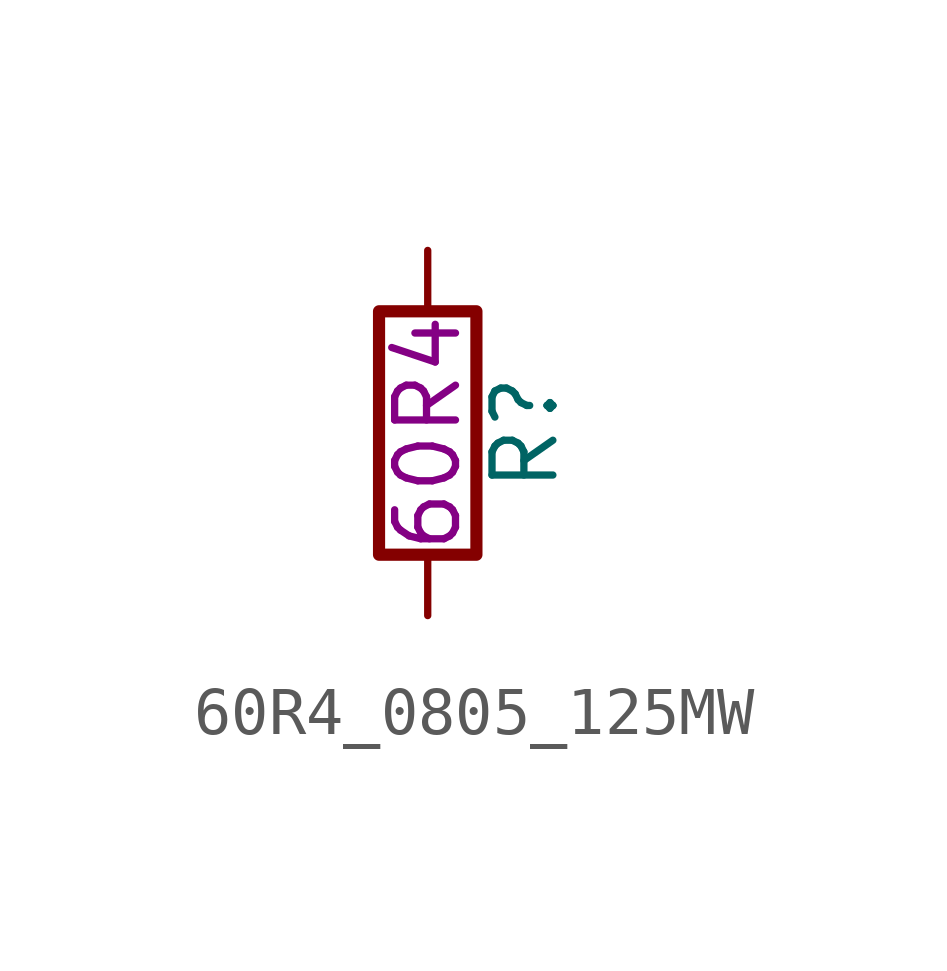
<source format=kicad_sym>
(kicad_symbol_lib
  (version 20211014)
  (generator kicad_symbol_editor)
  (symbol "60R4_0805_125MW"
    (pin_numbers hide)
    (pin_names
      (offset 0))
    (property "Reference" "R"
      (at 2.032 0 90)
      (effects (font (size 1.27 1.27))))
    (property "Resistance" "60R4"
      (at 0 0 90)
      (effects (font (size 1.27 1.27))))
    (symbol "60R4_0805_125MW_0_1"
      (rectangle (start -1.016 -2.54) (end 1.016 2.54) (stroke (width 0.254) (type default) (color 0 0 0 0)) (fill (type none))))
    (symbol "60R4_0805_125MW_1_1"
      (pin passive line (at 0 3.81 270) (length 1.27) (name "~" (effects (font (size 1.27 1.27)))) (number "1" (effects (font (size 1.27 1.27)))))
      (pin passive line (at 0 -3.81 90) (length 1.27) (name "~" (effects (font (size 1.27 1.27)))) (number "2" (effects (font (size 1.27 1.27))))))))
</source>
